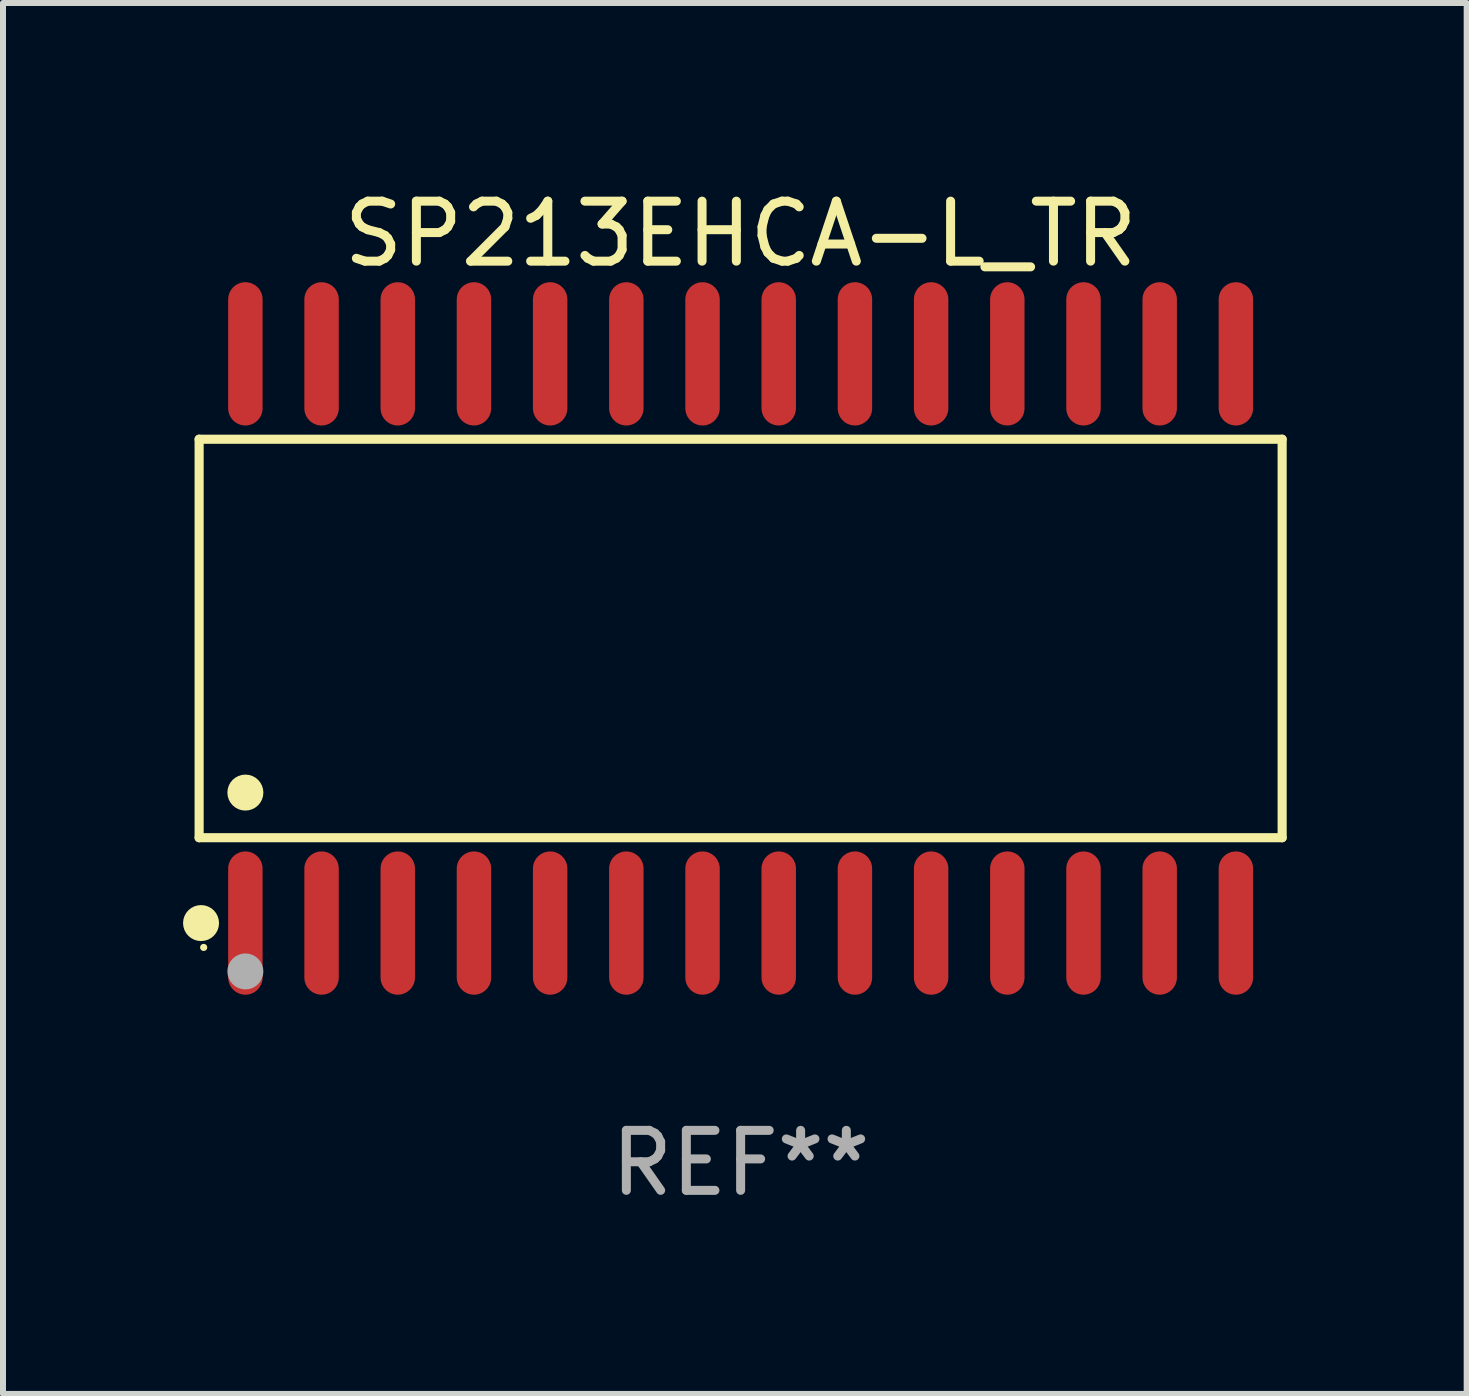
<source format=kicad_pcb>
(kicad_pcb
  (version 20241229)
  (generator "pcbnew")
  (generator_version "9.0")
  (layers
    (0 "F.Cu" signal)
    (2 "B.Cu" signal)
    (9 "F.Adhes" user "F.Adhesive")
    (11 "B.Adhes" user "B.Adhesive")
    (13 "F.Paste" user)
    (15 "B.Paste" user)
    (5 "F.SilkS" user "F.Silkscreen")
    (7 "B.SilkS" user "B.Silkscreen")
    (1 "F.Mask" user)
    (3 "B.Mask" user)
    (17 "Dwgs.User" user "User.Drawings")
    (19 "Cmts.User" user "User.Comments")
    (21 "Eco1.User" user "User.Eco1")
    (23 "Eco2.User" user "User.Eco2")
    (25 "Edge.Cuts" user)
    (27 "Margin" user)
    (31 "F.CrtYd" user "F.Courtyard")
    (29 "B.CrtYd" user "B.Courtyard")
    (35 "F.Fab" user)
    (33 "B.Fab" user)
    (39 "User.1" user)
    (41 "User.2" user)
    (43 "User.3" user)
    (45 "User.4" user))
  (footprint "SP213EHCA-L_TR"
    (layer "F.Cu")
    (at 9.295 7.592)
    (property "Reference" "SP213EHCA-L_TR" (at 0 -6.744 0) (layer "F.SilkS") (effects (font (size 1 1) (thickness 0.15))))
    (attr through_hole)
    (fp_line (start -9.026 -3.321) (end 9.026 -3.321) (stroke (width 0.152) (type solid)) (layer "F.SilkS"))
    (fp_line (start -9.026 3.321) (end -9.026 -3.321) (stroke (width 0.152) (type solid)) (layer "F.SilkS"))
    (fp_line (start 9.026 -3.321) (end 9.026 3.321) (stroke (width 0.152) (type solid)) (layer "F.SilkS"))
    (fp_line (start 9.026 3.321) (end -9.026 3.321) (stroke (width 0.152) (type solid)) (layer "F.SilkS"))
    (fp_circle (center -8.994 4.744) (end -8.844 4.744) (stroke (width 0.3) (type solid)) (fill no) (layer "F.SilkS"))
    (fp_circle (center -8.95 5.15) (end -8.92 5.15) (stroke (width 0.06) (type solid)) (fill no) (layer "F.SilkS"))
    (fp_circle (center -8.255 2.569) (end -8.105 2.569) (stroke (width 0.3) (type solid)) (fill no) (layer "F.SilkS"))
    (fp_circle (center -8.255 5.55) (end -8.105 5.55) (stroke (width 0.3) (type solid)) (fill no) (layer "F.Fab"))
    (fp_text user "REF**" (at 0 8.744 0) (layer "F.Fab") (effects (font (size 1 1) (thickness 0.15))))
    (pad "1" smd oval (at -8.255 4.744) (size 0.574 2.388) (layers "F.Cu" "F.Mask" "F.Paste"))
    (pad "2" smd oval (at -6.985 4.744) (size 0.574 2.388) (layers "F.Cu" "F.Mask" "F.Paste"))
    (pad "3" smd oval (at -5.715 4.744) (size 0.574 2.388) (layers "F.Cu" "F.Mask" "F.Paste"))
    (pad "4" smd oval (at -4.445 4.744) (size 0.574 2.388) (layers "F.Cu" "F.Mask" "F.Paste"))
    (pad "5" smd oval (at -3.175 4.744) (size 0.574 2.388) (layers "F.Cu" "F.Mask" "F.Paste"))
    (pad "6" smd oval (at -1.905 4.744) (size 0.574 2.388) (layers "F.Cu" "F.Mask" "F.Paste"))
    (pad "7" smd oval (at -0.635 4.744) (size 0.574 2.388) (layers "F.Cu" "F.Mask" "F.Paste"))
    (pad "8" smd oval (at 0.635 4.744) (size 0.574 2.388) (layers "F.Cu" "F.Mask" "F.Paste"))
    (pad "9" smd oval (at 1.905 4.744) (size 0.574 2.388) (layers "F.Cu" "F.Mask" "F.Paste"))
    (pad "10" smd oval (at 3.175 4.744) (size 0.574 2.388) (layers "F.Cu" "F.Mask" "F.Paste"))
    (pad "11" smd oval (at 4.445 4.744) (size 0.574 2.388) (layers "F.Cu" "F.Mask" "F.Paste"))
    (pad "12" smd oval (at 5.715 4.744) (size 0.574 2.388) (layers "F.Cu" "F.Mask" "F.Paste"))
    (pad "13" smd oval (at 6.985 4.744) (size 0.574 2.388) (layers "F.Cu" "F.Mask" "F.Paste"))
    (pad "14" smd oval (at 8.255 4.744) (size 0.574 2.388) (layers "F.Cu" "F.Mask" "F.Paste"))
    (pad "15" smd oval (at 8.255 -4.744) (size 0.574 2.388) (layers "F.Cu" "F.Mask" "F.Paste"))
    (pad "16" smd oval (at 6.985 -4.744) (size 0.574 2.388) (layers "F.Cu" "F.Mask" "F.Paste"))
    (pad "17" smd oval (at 5.715 -4.744) (size 0.574 2.388) (layers "F.Cu" "F.Mask" "F.Paste"))
    (pad "18" smd oval (at 4.445 -4.744) (size 0.574 2.388) (layers "F.Cu" "F.Mask" "F.Paste"))
    (pad "19" smd oval (at 3.175 -4.744) (size 0.574 2.388) (layers "F.Cu" "F.Mask" "F.Paste"))
    (pad "20" smd oval (at 1.905 -4.744) (size 0.574 2.388) (layers "F.Cu" "F.Mask" "F.Paste"))
    (pad "21" smd oval (at 0.635 -4.744) (size 0.574 2.388) (layers "F.Cu" "F.Mask" "F.Paste"))
    (pad "22" smd oval (at -0.635 -4.744) (size 0.574 2.388) (layers "F.Cu" "F.Mask" "F.Paste"))
    (pad "23" smd oval (at -1.905 -4.744) (size 0.574 2.388) (layers "F.Cu" "F.Mask" "F.Paste"))
    (pad "24" smd oval (at -3.175 -4.744) (size 0.574 2.388) (layers "F.Cu" "F.Mask" "F.Paste"))
    (pad "25" smd oval (at -4.445 -4.744) (size 0.574 2.388) (layers "F.Cu" "F.Mask" "F.Paste"))
    (pad "26" smd oval (at -5.715 -4.744) (size 0.574 2.388) (layers "F.Cu" "F.Mask" "F.Paste"))
    (pad "27" smd oval (at -6.985 -4.744) (size 0.574 2.388) (layers "F.Cu" "F.Mask" "F.Paste"))
    (pad "28" smd oval (at -8.255 -4.744) (size 0.574 2.388) (layers "F.Cu" "F.Mask" "F.Paste")))
  (gr_rect
    (start -3 -3)
    (end 21.397 20.184)
    (stroke (width 0.1) (type default))
    (fill no)
    (layer "Edge.Cuts")))
</source>
